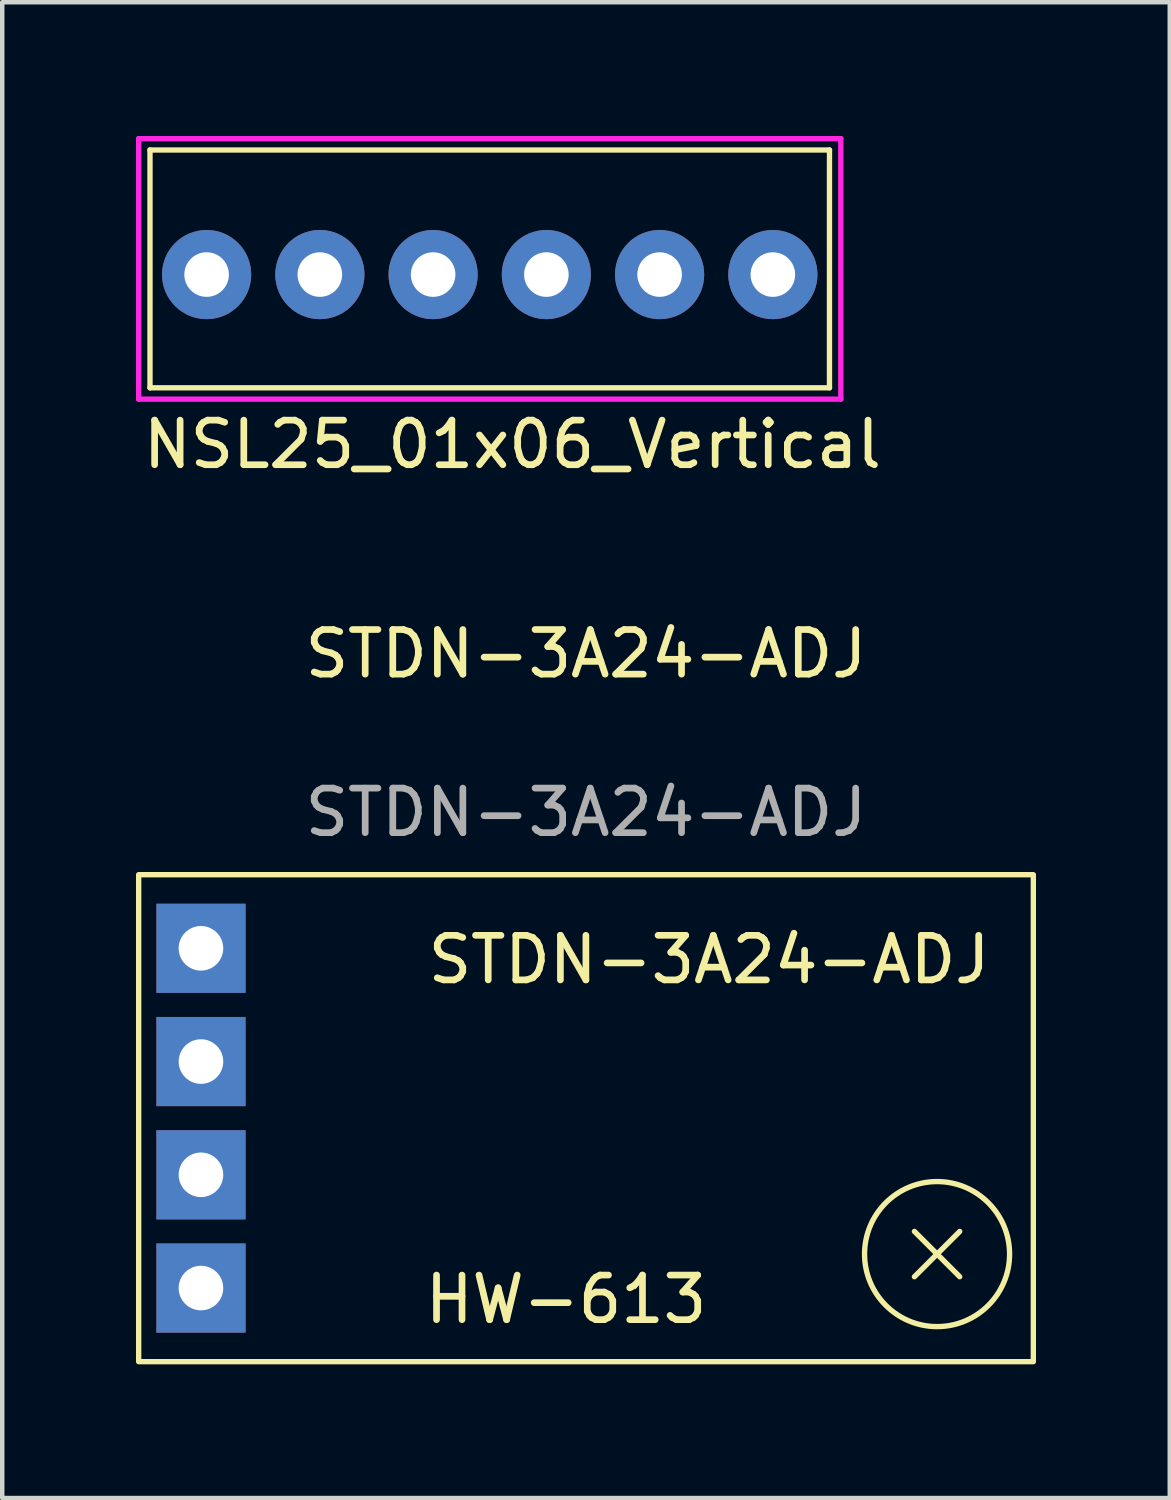
<source format=kicad_pcb>
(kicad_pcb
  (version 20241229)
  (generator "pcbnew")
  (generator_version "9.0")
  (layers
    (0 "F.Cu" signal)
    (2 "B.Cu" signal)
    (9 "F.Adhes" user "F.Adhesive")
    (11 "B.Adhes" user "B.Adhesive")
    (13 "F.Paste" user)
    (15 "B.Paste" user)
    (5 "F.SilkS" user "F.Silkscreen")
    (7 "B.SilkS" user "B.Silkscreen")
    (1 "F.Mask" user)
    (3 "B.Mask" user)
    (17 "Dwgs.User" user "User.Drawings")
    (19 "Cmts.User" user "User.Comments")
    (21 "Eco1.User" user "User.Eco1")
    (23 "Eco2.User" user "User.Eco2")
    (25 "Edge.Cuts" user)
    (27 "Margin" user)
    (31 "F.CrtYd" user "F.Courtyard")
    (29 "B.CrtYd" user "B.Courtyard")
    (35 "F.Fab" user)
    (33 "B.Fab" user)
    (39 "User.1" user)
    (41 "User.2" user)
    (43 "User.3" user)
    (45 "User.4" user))
  (footprint "NSL25_01x06_Vertical"
    (layer "F.Cu")
    (at 1.584 3.108)
    (property "Reference" "NSL25_01x06_Vertical" (at 6.858 3.81 0) (layer "F.SilkS") (effects (font (size 1 1) (thickness 0.15))))
    (attr through_hole)
    (fp_line (start -1.27 -2.794) (end 13.97 -2.794) (stroke (width 0.12) (type solid)) (layer "F.SilkS"))
    (fp_line (start -1.27 2.54) (end -1.27 -2.794) (stroke (width 0.12) (type solid)) (layer "F.SilkS"))
    (fp_line (start 13.97 -2.794) (end 13.97 2.54) (stroke (width 0.12) (type solid)) (layer "F.SilkS"))
    (fp_line (start 13.97 2.54) (end -1.27 2.54) (stroke (width 0.12) (type solid)) (layer "F.SilkS"))
    (fp_line (start -1.524 -3.048) (end -1.524 2.794) (stroke (width 0.12) (type solid)) (layer "F.CrtYd"))
    (fp_line (start -1.524 2.794) (end 14.224 2.794) (stroke (width 0.12) (type solid)) (layer "F.CrtYd"))
    (fp_line (start 14.224 -3.048) (end -1.524 -3.048) (stroke (width 0.12) (type solid)) (layer "F.CrtYd"))
    (fp_line (start 14.224 -3.048) (end 14.224 2.794) (stroke (width 0.12) (type solid)) (layer "F.CrtYd"))
    (pad "1" thru_hole circle (at 0 0) (size 2 2) (drill 1) (layers "*.Cu" "*.Mask"))
    (pad "2" thru_hole circle (at 2.54 0) (size 2 2) (drill 1) (layers "*.Cu" "*.Mask"))
    (pad "3" thru_hole circle (at 5.08 0) (size 2 2) (drill 1) (layers "*.Cu" "*.Mask"))
    (pad "4" thru_hole circle (at 7.62 0) (size 2 2) (drill 1) (layers "*.Cu" "*.Mask"))
    (pad "5" thru_hole circle (at 10.16 0) (size 2 2) (drill 1) (layers "*.Cu" "*.Mask"))
    (pad "6" thru_hole circle (at 12.7 0) (size 2 2) (drill 1) (layers "*.Cu" "*.Mask")))
  (footprint "STDN-3A24-ADJ"
    (layer "F.Cu")
    (at 10.093 22.029)
    (property "Reference" "STDN-3A24-ADJ" (at 0 -10.414 0) (unlocked yes) (layer "F.SilkS") (effects (font (size 1 1) (thickness 0.15))))
    (attr through_hole)
    (fp_line (start 7.366 2.54) (end 8.382 3.556) (stroke (width 0.12) (type solid)) (layer "F.SilkS"))
    (fp_line (start 8.382 2.54) (end 7.366 3.556) (stroke (width 0.12) (type solid)) (layer "F.SilkS"))
    (fp_rect (start -10.033 -5.461) (end 10.033 5.461) (stroke (width 0.12) (type solid)) (fill no) (layer "F.SilkS"))
    (fp_circle (center 7.874 3.048) (end 9.144 4.064) (stroke (width 0.12) (type solid)) (fill no) (layer "F.SilkS"))
    (fp_text user "HW-613" (at 2.794 4.064 0) (unlocked yes) (layer "F.SilkS") (effects (font (size 1 1) (thickness 0.15)) (justify right)))
    (fp_text user "STDN-3A24-ADJ" (at 9.144 -3.556 0) (unlocked yes) (layer "F.SilkS") (effects (font (size 1 1) (thickness 0.15)) (justify right)))
    (fp_text user "${REFERENCE}" (at 0 -6.858 0) (unlocked yes) (layer "F.Fab") (effects (font (size 1 1) (thickness 0.15))))
    (pad "1" thru_hole rect (at -8.636 -3.81) (size 2 2) (drill 1) (layers "*.Cu" "*.Mask"))
    (pad "2" thru_hole rect (at -8.636 -1.27) (size 2 2) (drill 1) (layers "*.Cu" "*.Mask"))
    (pad "3" thru_hole rect (at -8.636 1.27) (size 2 2) (drill 1) (layers "*.Cu" "*.Mask"))
    (pad "4" thru_hole rect (at -8.636 3.81) (size 2 2) (drill 1) (layers "*.Cu" "*.Mask")))
  (gr_rect
    (start -3 -3)
    (end 23.186 30.549)
    (stroke (width 0.1) (type default))
    (fill no)
    (layer "Edge.Cuts")))
</source>
